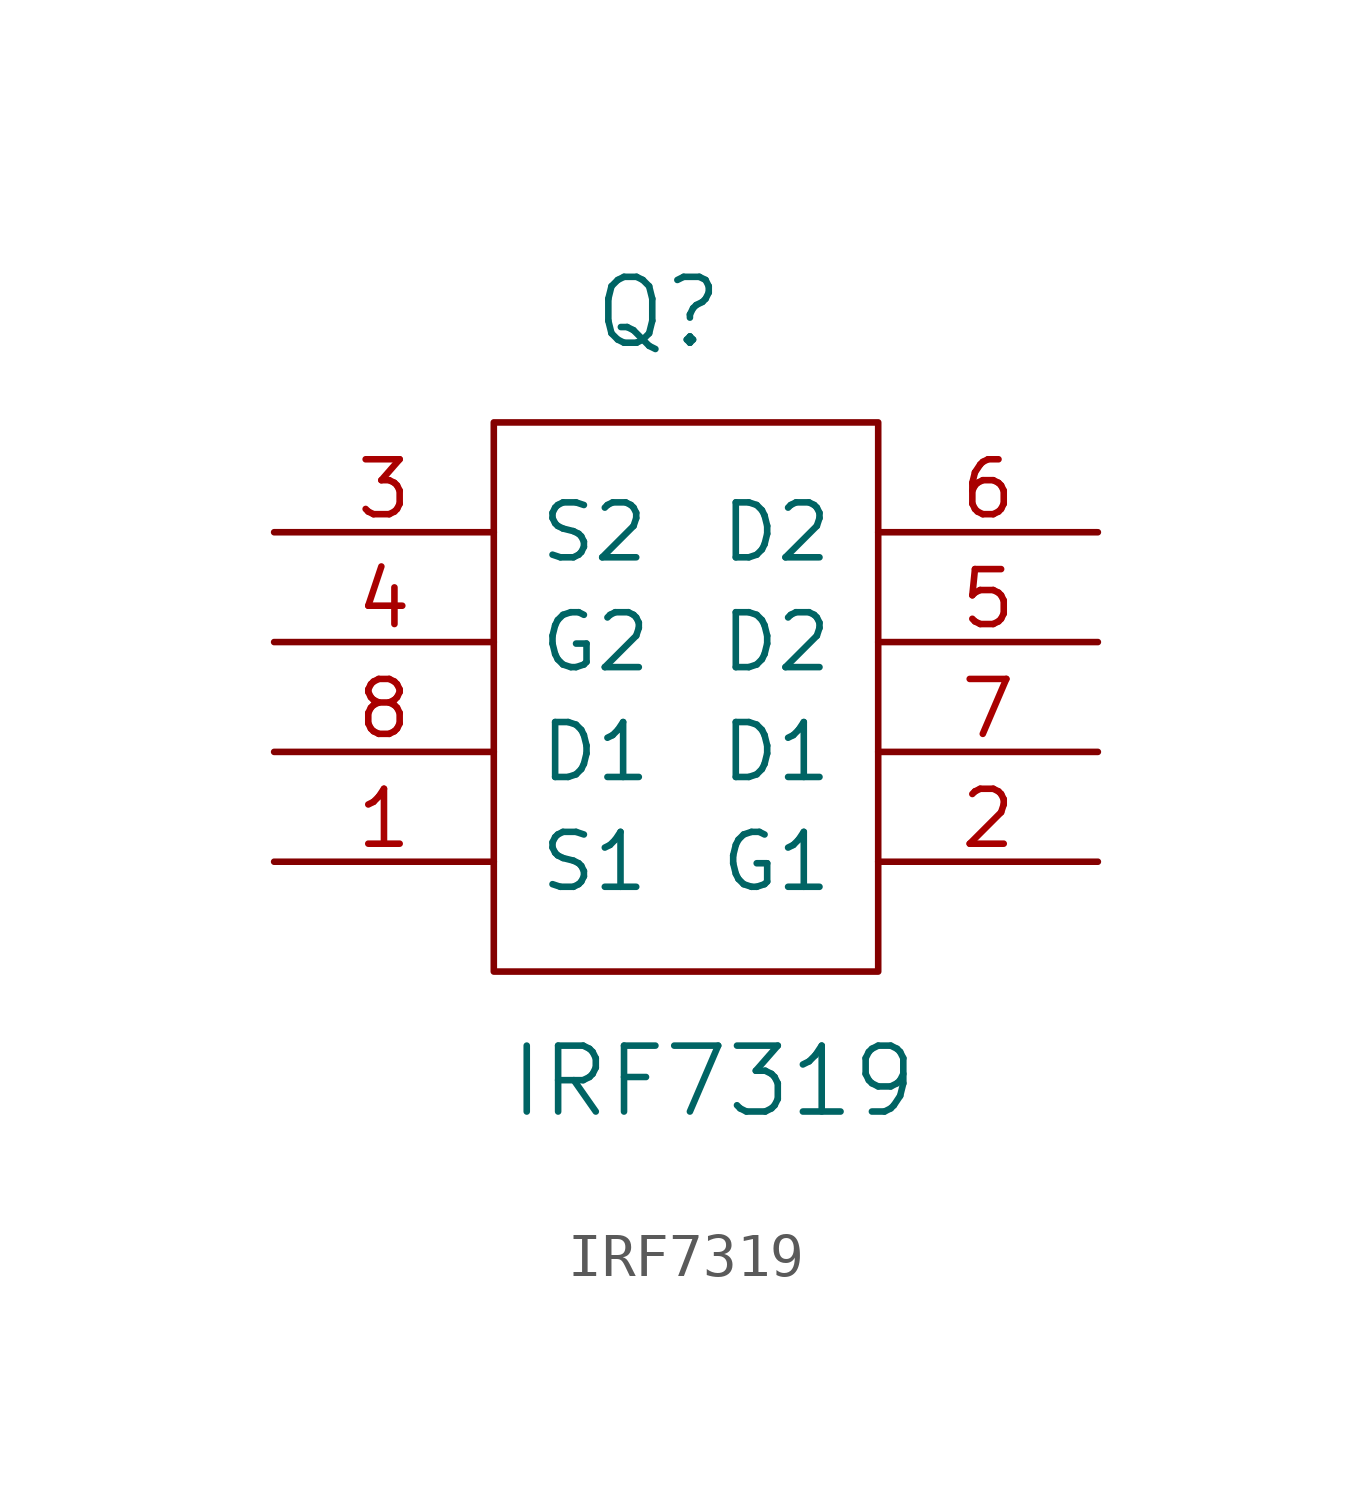
<source format=kicad_sym>
(kicad_symbol_lib
  (version 20231120)
  (generator "kicad_symbol_editor")
  (generator_version "8.0")
  (symbol "IRF7319"
    (pin_names
      (offset 1.016))
    (property "Reference" "Q"
      (at 0 7.62 0)
      (effects (font (size 1.524 1.524))))
    (property "Value" "IRF7319"
      (at 1.27 -10.16 0)
      (effects (font (size 1.524 1.524))))
    (symbol "IRF7319_0_1"
      (rectangle (start -3.81 5.08) (end 5.08 -7.62) (stroke (width 0) (type solid)) (fill (type none))))
    (symbol "IRF7319_1_1"
      (pin input line (at -8.89 -5.08 0) (length 5.08) (name "S1" (effects (font (size 1.27 1.27)))) (number "1" (effects (font (size 1.27 1.27)))))
      (pin input line (at 10.16 -5.08 180) (length 5.08) (name "G1" (effects (font (size 1.27 1.27)))) (number "2" (effects (font (size 1.27 1.27)))))
      (pin input line (at -8.89 2.54 0) (length 5.08) (name "S2" (effects (font (size 1.27 1.27)))) (number "3" (effects (font (size 1.27 1.27)))))
      (pin input line (at -8.89 0 0) (length 5.08) (name "G2" (effects (font (size 1.27 1.27)))) (number "4" (effects (font (size 1.27 1.27)))))
      (pin input line (at 10.16 0 180) (length 5.08) (name "D2" (effects (font (size 1.27 1.27)))) (number "5" (effects (font (size 1.27 1.27)))))
      (pin input line (at 10.16 2.54 180) (length 5.08) (name "D2" (effects (font (size 1.27 1.27)))) (number "6" (effects (font (size 1.27 1.27)))))
      (pin input line (at 10.16 -2.54 180) (length 5.08) (name "D1" (effects (font (size 1.27 1.27)))) (number "7" (effects (font (size 1.27 1.27)))))
      (pin input line (at -8.89 -2.54 0) (length 5.08) (name "D1" (effects (font (size 1.27 1.27)))) (number "8" (effects (font (size 1.27 1.27))))))))
</source>
